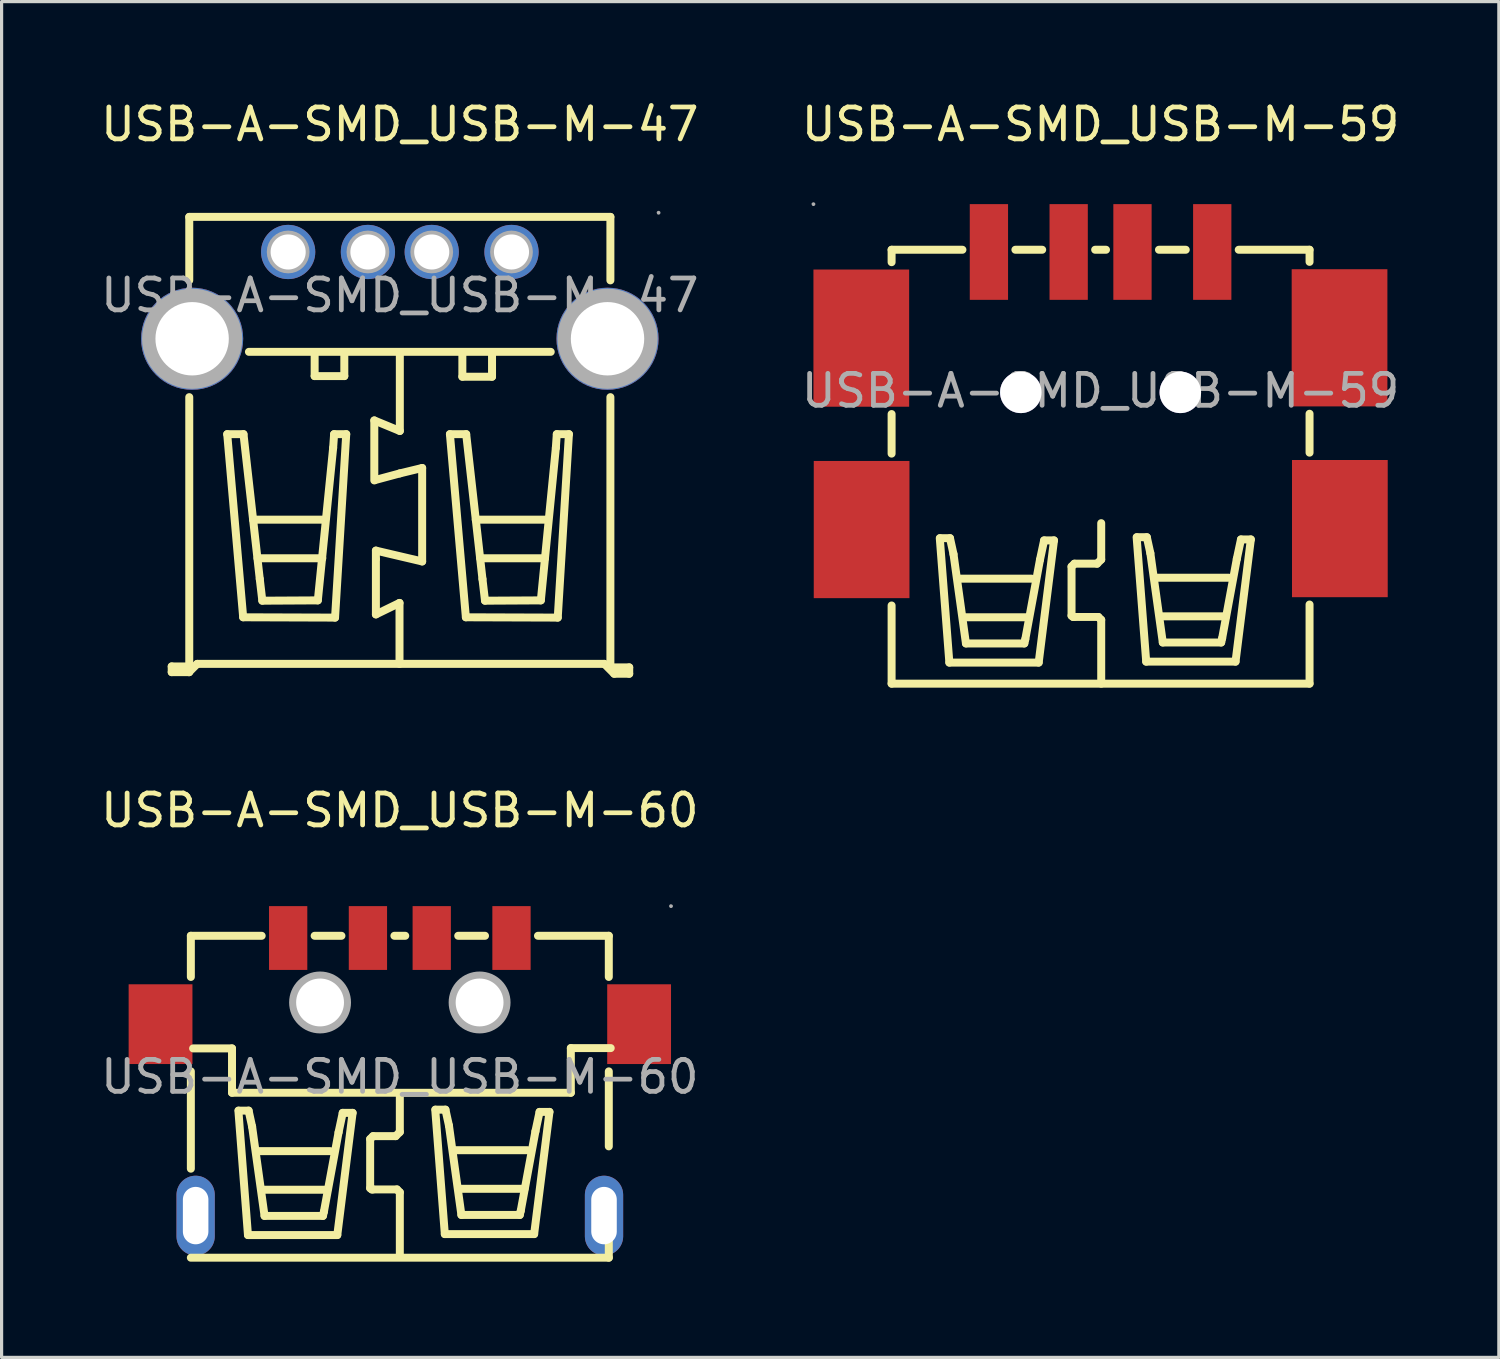
<source format=kicad_pcb>
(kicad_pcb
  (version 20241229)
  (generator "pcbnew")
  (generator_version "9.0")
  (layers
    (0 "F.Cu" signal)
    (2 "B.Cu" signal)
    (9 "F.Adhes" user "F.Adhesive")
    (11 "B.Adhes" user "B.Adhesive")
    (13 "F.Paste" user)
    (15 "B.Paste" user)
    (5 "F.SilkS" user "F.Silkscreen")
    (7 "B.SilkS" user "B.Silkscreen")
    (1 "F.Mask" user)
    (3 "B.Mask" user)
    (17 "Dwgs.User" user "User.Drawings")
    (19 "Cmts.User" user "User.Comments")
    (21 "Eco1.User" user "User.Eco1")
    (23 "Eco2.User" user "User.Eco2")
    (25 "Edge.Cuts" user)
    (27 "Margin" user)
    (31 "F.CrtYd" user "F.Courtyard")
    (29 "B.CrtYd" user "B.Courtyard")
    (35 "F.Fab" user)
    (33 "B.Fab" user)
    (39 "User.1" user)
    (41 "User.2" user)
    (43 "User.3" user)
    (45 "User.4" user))
  (footprint "USB-A-SMD_USB-M-59"
    (layer "F.Cu")
    (at 31.446 9.198)
    (property "Reference" "USB-A-SMD_USB-M-59" (at 0 -8.35 0) (layer "F.SilkS") (effects (font (size 1 1) (thickness 0.15))))
    (attr through_hole)
    (fp_line (start -6.55 -4.42) (end -6.55 -4.03) (stroke (width 0.25) (type solid)) (layer "F.SilkS"))
    (fp_line (start -6.55 0.73) (end -6.55 1.97) (stroke (width 0.25) (type solid)) (layer "F.SilkS"))
    (fp_line (start -6.55 6.73) (end -6.55 9.18) (stroke (width 0.25) (type solid)) (layer "F.SilkS"))
    (fp_line (start -6.55 9.18) (end 6.55 9.18) (stroke (width 0.25) (type solid)) (layer "F.SilkS"))
    (fp_line (start -5.04 4.62) (end -4.74 8.52) (stroke (width 0.25) (type solid)) (layer "F.SilkS"))
    (fp_line (start -4.74 8.52) (end -1.94 8.52) (stroke (width 0.25) (type solid)) (layer "F.SilkS"))
    (fp_line (start -4.72 4.62) (end -5.03 4.62) (stroke (width 0.25) (type solid)) (layer "F.SilkS"))
    (fp_line (start -4.61 5.12) (end -4.72 4.62) (stroke (width 0.25) (type solid)) (layer "F.SilkS"))
    (fp_line (start -4.42 5.89) (end -2.16 5.89) (stroke (width 0.25) (type solid)) (layer "F.SilkS"))
    (fp_line (start -4.33 -4.42) (end -6.55 -4.42) (stroke (width 0.25) (type solid)) (layer "F.SilkS"))
    (fp_line (start -4.28 7.1) (end -2.25 7.1) (stroke (width 0.25) (type solid)) (layer "F.SilkS"))
    (fp_line (start -4.22 7.92) (end -4.61 5.12) (stroke (width 0.25) (type solid)) (layer "F.SilkS"))
    (fp_line (start -2.39 7.92) (end -4.22 7.92) (stroke (width 0.25) (type solid)) (layer "F.SilkS"))
    (fp_line (start -2.36 7.79) (end -2.39 7.92) (stroke (width 0.25) (type solid)) (layer "F.SilkS"))
    (fp_line (start -1.94 8.52) (end -1.46 4.69) (stroke (width 0.25) (type solid)) (layer "F.SilkS"))
    (fp_line (start -1.9 5.3) (end -2.36 7.79) (stroke (width 0.25) (type solid)) (layer "F.SilkS"))
    (fp_line (start -1.83 -4.42) (end -2.67 -4.42) (stroke (width 0.25) (type solid)) (layer "F.SilkS"))
    (fp_line (start -1.77 4.69) (end -1.9 5.3) (stroke (width 0.25) (type solid)) (layer "F.SilkS"))
    (fp_line (start -1.46 4.69) (end -1.77 4.69) (stroke (width 0.25) (type solid)) (layer "F.SilkS"))
    (fp_line (start -0.91 5.51) (end -0.91 7.05) (stroke (width 0.25) (type solid)) (layer "F.SilkS"))
    (fp_line (start -0.91 7.05) (end -0.86 7.09) (stroke (width 0.25) (type solid)) (layer "F.SilkS"))
    (fp_line (start -0.86 7.09) (end -0.82 7.09) (stroke (width 0.25) (type solid)) (layer "F.SilkS"))
    (fp_line (start -0.82 5.42) (end -0.91 5.51) (stroke (width 0.25) (type solid)) (layer "F.SilkS"))
    (fp_line (start -0.82 7.09) (end -0.07 7.09) (stroke (width 0.25) (type solid)) (layer "F.SilkS"))
    (fp_line (start -0.11 5.42) (end -0.82 5.42) (stroke (width 0.25) (type solid)) (layer "F.SilkS"))
    (fp_line (start -0.07 7.09) (end 0.02 7.18) (stroke (width 0.25) (type solid)) (layer "F.SilkS"))
    (fp_line (start 0.02 4.15) (end 0.02 5.29) (stroke (width 0.25) (type solid)) (layer "F.SilkS"))
    (fp_line (start 0.02 5.29) (end -0.11 5.42) (stroke (width 0.25) (type solid)) (layer "F.SilkS"))
    (fp_line (start 0.02 7.18) (end 0.02 9.18) (stroke (width 0.25) (type solid)) (layer "F.SilkS"))
    (fp_line (start 0.17 -4.42) (end -0.17 -4.42) (stroke (width 0.25) (type solid)) (layer "F.SilkS"))
    (fp_line (start 1.13 4.59) (end 1.43 8.49) (stroke (width 0.25) (type solid)) (layer "F.SilkS"))
    (fp_line (start 1.43 8.49) (end 4.23 8.49) (stroke (width 0.25) (type solid)) (layer "F.SilkS"))
    (fp_line (start 1.45 4.59) (end 1.14 4.59) (stroke (width 0.25) (type solid)) (layer "F.SilkS"))
    (fp_line (start 1.56 5.09) (end 1.45 4.59) (stroke (width 0.25) (type solid)) (layer "F.SilkS"))
    (fp_line (start 1.76 5.86) (end 4.02 5.86) (stroke (width 0.25) (type solid)) (layer "F.SilkS"))
    (fp_line (start 1.9 7.07) (end 3.93 7.07) (stroke (width 0.25) (type solid)) (layer "F.SilkS"))
    (fp_line (start 1.95 7.89) (end 1.56 5.09) (stroke (width 0.25) (type solid)) (layer "F.SilkS"))
    (fp_line (start 2.67 -4.42) (end 1.83 -4.42) (stroke (width 0.25) (type solid)) (layer "F.SilkS"))
    (fp_line (start 3.78 7.89) (end 1.95 7.89) (stroke (width 0.25) (type solid)) (layer "F.SilkS"))
    (fp_line (start 3.81 7.76) (end 3.78 7.89) (stroke (width 0.25) (type solid)) (layer "F.SilkS"))
    (fp_line (start 4.23 8.49) (end 4.71 4.66) (stroke (width 0.25) (type solid)) (layer "F.SilkS"))
    (fp_line (start 4.27 5.27) (end 3.81 7.76) (stroke (width 0.25) (type solid)) (layer "F.SilkS"))
    (fp_line (start 4.4 4.66) (end 4.27 5.27) (stroke (width 0.25) (type solid)) (layer "F.SilkS"))
    (fp_line (start 4.71 4.66) (end 4.4 4.66) (stroke (width 0.25) (type solid)) (layer "F.SilkS"))
    (fp_line (start 6.55 -4.42) (end 4.33 -4.42) (stroke (width 0.25) (type solid)) (layer "F.SilkS"))
    (fp_line (start 6.55 -4.42) (end 6.55 -4.04) (stroke (width 0.25) (type solid)) (layer "F.SilkS"))
    (fp_line (start 6.55 0.72) (end 6.55 1.94) (stroke (width 0.25) (type solid)) (layer "F.SilkS"))
    (fp_line (start 6.55 6.7) (end 6.55 9.18) (stroke (width 0.25) (type solid)) (layer "F.SilkS"))
    (fp_circle (center -9 -5.85) (end -8.97 -5.85) (stroke (width 0.06) (type solid)) (fill no) (layer "F.Fab"))
    (fp_circle (center -2.5 0.05) (end -2.22 0.05) (stroke (width 0.55) (type solid)) (fill no) (layer "F.Fab"))
    (fp_circle (center 2.5 0.05) (end 2.78 0.05) (stroke (width 0.55) (type solid)) (fill no) (layer "F.Fab"))
    (fp_text user "${REFERENCE}" (at 0 0 0) (layer "F.Fab") (effects (font (size 1 1) (thickness 0.15))))
    (pad "" thru_hole circle (at -2.5 0.05) (size 1.3 1.3) (drill 1.3) (layers "*.Cu" "*.Mask"))
    (pad "" thru_hole circle (at 2.5 0.05) (size 1.3 1.3) (drill 1.3) (layers "*.Cu" "*.Mask"))
    (pad "1" smd rect (at -3.5 -4.35 90) (size 3 1.2) (layers "F.Cu" "F.Mask" "F.Paste"))
    (pad "2" smd rect (at -1 -4.35 90) (size 3 1.2) (layers "F.Cu" "F.Mask" "F.Paste"))
    (pad "3" smd rect (at 1 -4.35 90) (size 3 1.2) (layers "F.Cu" "F.Mask" "F.Paste"))
    (pad "4" smd rect (at 3.5 -4.35 90) (size 3 1.2) (layers "F.Cu" "F.Mask" "F.Paste"))
    (pad "5" smd rect (at 7.49 -1.66 180) (size 3 4.3) (layers "F.Cu" "F.Mask" "F.Paste"))
    (pad "6" smd rect (at 7.5 4.32 180) (size 3 4.3) (layers "F.Cu" "F.Mask" "F.Paste"))
    (pad "7" smd rect (at -7.49 4.35 180) (size 3 4.3) (layers "F.Cu" "F.Mask" "F.Paste"))
    (pad "8" smd rect (at -7.5 -1.65 180) (size 3 4.3) (layers "F.Cu" "F.Mask" "F.Paste")))
  (footprint "USB-A-SMD_USB-M-60"
    (layer "F.Cu")
    (at 9.482 30.701)
    (property "Reference" "USB-A-SMD_USB-M-60" (at 0 -8.35 0) (layer "F.SilkS") (effects (font (size 1 1) (thickness 0.15))))
    (attr through_hole)
    (fp_line (start -6.55 -4.42) (end -6.55 -3.13) (stroke (width 0.25) (type solid)) (layer "F.SilkS"))
    (fp_line (start -6.55 -4.42) (end -4.33 -4.42) (stroke (width 0.25) (type solid)) (layer "F.SilkS"))
    (fp_line (start -6.55 -0.17) (end -6.55 2.88) (stroke (width 0.25) (type solid)) (layer "F.SilkS"))
    (fp_line (start -6.55 5.67) (end 6.55 5.67) (stroke (width 0.25) (type solid)) (layer "F.SilkS"))
    (fp_line (start -6.48 -0.89) (end -5.26 -0.89) (stroke (width 0.25) (type solid)) (layer "F.SilkS"))
    (fp_line (start -5.26 -0.89) (end -5.26 0.5) (stroke (width 0.25) (type solid)) (layer "F.SilkS"))
    (fp_line (start -5.26 0.5) (end 5.36 0.5) (stroke (width 0.25) (type solid)) (layer "F.SilkS"))
    (fp_line (start -5.06 1.06) (end -4.76 4.96) (stroke (width 0.25) (type solid)) (layer "F.SilkS"))
    (fp_line (start -4.76 4.96) (end -1.96 4.96) (stroke (width 0.25) (type solid)) (layer "F.SilkS"))
    (fp_line (start -4.74 1.06) (end -5.05 1.06) (stroke (width 0.25) (type solid)) (layer "F.SilkS"))
    (fp_line (start -4.63 1.56) (end -4.74 1.06) (stroke (width 0.25) (type solid)) (layer "F.SilkS"))
    (fp_line (start -4.44 2.33) (end -2.18 2.33) (stroke (width 0.25) (type solid)) (layer "F.SilkS"))
    (fp_line (start -4.3 3.54) (end -2.27 3.54) (stroke (width 0.25) (type solid)) (layer "F.SilkS"))
    (fp_line (start -4.24 4.36) (end -4.63 1.56) (stroke (width 0.25) (type solid)) (layer "F.SilkS"))
    (fp_line (start -2.67 -4.42) (end -1.83 -4.42) (stroke (width 0.25) (type solid)) (layer "F.SilkS"))
    (fp_line (start -2.41 4.36) (end -4.24 4.36) (stroke (width 0.25) (type solid)) (layer "F.SilkS"))
    (fp_line (start -2.38 4.23) (end -2.41 4.36) (stroke (width 0.25) (type solid)) (layer "F.SilkS"))
    (fp_line (start -1.96 4.96) (end -1.48 1.13) (stroke (width 0.25) (type solid)) (layer "F.SilkS"))
    (fp_line (start -1.92 1.74) (end -2.38 4.23) (stroke (width 0.25) (type solid)) (layer "F.SilkS"))
    (fp_line (start -1.79 1.13) (end -1.92 1.74) (stroke (width 0.25) (type solid)) (layer "F.SilkS"))
    (fp_line (start -1.48 1.13) (end -1.79 1.13) (stroke (width 0.25) (type solid)) (layer "F.SilkS"))
    (fp_line (start -0.93 1.95) (end -0.93 3.49) (stroke (width 0.25) (type solid)) (layer "F.SilkS"))
    (fp_line (start -0.93 3.49) (end -0.88 3.53) (stroke (width 0.25) (type solid)) (layer "F.SilkS"))
    (fp_line (start -0.88 3.53) (end -0.84 3.53) (stroke (width 0.25) (type solid)) (layer "F.SilkS"))
    (fp_line (start -0.84 1.86) (end -0.93 1.95) (stroke (width 0.25) (type solid)) (layer "F.SilkS"))
    (fp_line (start -0.84 3.53) (end -0.09 3.53) (stroke (width 0.25) (type solid)) (layer "F.SilkS"))
    (fp_line (start -0.17 -4.42) (end 0.17 -4.42) (stroke (width 0.25) (type solid)) (layer "F.SilkS"))
    (fp_line (start -0.13 1.86) (end -0.84 1.86) (stroke (width 0.25) (type solid)) (layer "F.SilkS"))
    (fp_line (start -0.09 3.53) (end 0 3.62) (stroke (width 0.25) (type solid)) (layer "F.SilkS"))
    (fp_line (start 0 0.59) (end 0 1.73) (stroke (width 0.25) (type solid)) (layer "F.SilkS"))
    (fp_line (start 0 1.73) (end -0.13 1.86) (stroke (width 0.25) (type solid)) (layer "F.SilkS"))
    (fp_line (start 0 3.62) (end 0 5.62) (stroke (width 0.25) (type solid)) (layer "F.SilkS"))
    (fp_line (start 1.11 1.03) (end 1.41 4.93) (stroke (width 0.25) (type solid)) (layer "F.SilkS"))
    (fp_line (start 1.41 4.93) (end 4.21 4.93) (stroke (width 0.25) (type solid)) (layer "F.SilkS"))
    (fp_line (start 1.43 1.03) (end 1.12 1.03) (stroke (width 0.25) (type solid)) (layer "F.SilkS"))
    (fp_line (start 1.54 1.53) (end 1.43 1.03) (stroke (width 0.25) (type solid)) (layer "F.SilkS"))
    (fp_line (start 1.74 2.3) (end 4 2.3) (stroke (width 0.25) (type solid)) (layer "F.SilkS"))
    (fp_line (start 1.83 -4.42) (end 2.67 -4.42) (stroke (width 0.25) (type solid)) (layer "F.SilkS"))
    (fp_line (start 1.88 3.51) (end 3.91 3.51) (stroke (width 0.25) (type solid)) (layer "F.SilkS"))
    (fp_line (start 1.93 4.33) (end 1.54 1.53) (stroke (width 0.25) (type solid)) (layer "F.SilkS"))
    (fp_line (start 3.76 4.33) (end 1.93 4.33) (stroke (width 0.25) (type solid)) (layer "F.SilkS"))
    (fp_line (start 3.79 4.2) (end 3.76 4.33) (stroke (width 0.25) (type solid)) (layer "F.SilkS"))
    (fp_line (start 4.21 4.93) (end 4.69 1.1) (stroke (width 0.25) (type solid)) (layer "F.SilkS"))
    (fp_line (start 4.25 1.71) (end 3.79 4.2) (stroke (width 0.25) (type solid)) (layer "F.SilkS"))
    (fp_line (start 4.33 -4.42) (end 6.55 -4.42) (stroke (width 0.25) (type solid)) (layer "F.SilkS"))
    (fp_line (start 4.38 1.1) (end 4.25 1.71) (stroke (width 0.25) (type solid)) (layer "F.SilkS"))
    (fp_line (start 4.69 1.1) (end 4.38 1.1) (stroke (width 0.25) (type solid)) (layer "F.SilkS"))
    (fp_line (start 5.36 -0.9) (end 6.61 -0.9) (stroke (width 0.25) (type solid)) (layer "F.SilkS"))
    (fp_line (start 5.36 0.5) (end 5.36 -0.9) (stroke (width 0.25) (type solid)) (layer "F.SilkS"))
    (fp_line (start 6.55 -4.42) (end 6.55 -3.13) (stroke (width 0.25) (type solid)) (layer "F.SilkS"))
    (fp_line (start 6.55 -0.17) (end 6.55 2.18) (stroke (width 0.25) (type solid)) (layer "F.SilkS"))
    (fp_line (start 6.55 5.12) (end 6.55 5.67) (stroke (width 0.25) (type solid)) (layer "F.SilkS"))
    (fp_circle (center -2.5 -2.33) (end -2.18 -2.33) (stroke (width 0.65) (type solid)) (fill no) (layer "F.Fab"))
    (fp_circle (center 2.5 -2.33) (end 2.82 -2.33) (stroke (width 0.65) (type solid)) (fill no) (layer "F.Fab"))
    (fp_circle (center 8.5 -5.35) (end 8.53 -5.35) (stroke (width 0.06) (type solid)) (fill no) (layer "F.Fab"))
    (fp_text user "${REFERENCE}" (at 0 0 0) (layer "F.Fab") (effects (font (size 1 1) (thickness 0.15))))
    (pad "" thru_hole circle (at -2.5 -2.33) (size 1.5 1.5) (drill 1.5) (layers "*.Cu" "*.Mask"))
    (pad "" thru_hole circle (at 2.5 -2.33) (size 1.5 1.5) (drill 1.5) (layers "*.Cu" "*.Mask"))
    (pad "1" smd rect (at 3.5 -4.35 90) (size 2 1.2) (layers "F.Cu" "F.Mask" "F.Paste"))
    (pad "2" smd rect (at 1 -4.35 90) (size 2 1.2) (layers "F.Cu" "F.Mask" "F.Paste"))
    (pad "3" smd rect (at -1 -4.35 90) (size 2 1.2) (layers "F.Cu" "F.Mask" "F.Paste"))
    (pad "4" smd rect (at -3.5 -4.35 90) (size 2 1.2) (layers "F.Cu" "F.Mask" "F.Paste"))
    (pad "5" smd rect (at 7.5 -1.65 180) (size 2 2.5) (layers "F.Cu" "F.Mask" "F.Paste"))
    (pad "6" smd rect (at -7.5 -1.65 180) (size 2 2.5) (layers "F.Cu" "F.Mask" "F.Paste"))
    (pad "7" thru_hole oval (at 6.4 4.35 180) (size 1.2 2.5) (drill oval 0.8 1.8) (layers "*.Cu" "*.Paste" "*.Mask"))
    (pad "8" thru_hole oval (at -6.4 4.35 180) (size 1.2 2.5) (drill oval 0.8 1.8) (layers "*.Cu" "*.Paste" "*.Mask")))
  (footprint "USB-A-SMD_USB-M-47"
    (layer "F.Cu")
    (at 9.482 6.208)
    (property "Reference" "USB-A-SMD_USB-M-47" (at 0 -5.36 0) (layer "F.SilkS") (effects (font (size 1 1) (thickness 0.15))))
    (attr through_hole)
    (fp_line (start -7.15 11.63) (end -7.15 11.81) (stroke (width 0.25) (type solid)) (layer "F.SilkS"))
    (fp_line (start -7.15 11.81) (end -6.61 11.81) (stroke (width 0.25) (type solid)) (layer "F.SilkS"))
    (fp_line (start -6.63 11.63) (end -7.15 11.63) (stroke (width 0.25) (type solid)) (layer "F.SilkS"))
    (fp_line (start -6.61 11.81) (end -6.35 11.55) (stroke (width 0.25) (type solid)) (layer "F.SilkS"))
    (fp_line (start -6.6 -2.46) (end -6.6 -0.47) (stroke (width 0.25) (type solid)) (layer "F.SilkS"))
    (fp_line (start -6.6 -2.46) (end 6.6 -2.46) (stroke (width 0.25) (type solid)) (layer "F.SilkS"))
    (fp_line (start -6.6 3.19) (end -6.6 11.81) (stroke (width 0.25) (type solid)) (layer "F.SilkS"))
    (fp_line (start -6.35 11.55) (end 6.41 11.55) (stroke (width 0.25) (type solid)) (layer "F.SilkS"))
    (fp_line (start -5.41 4.35) (end -4.9 4.35) (stroke (width 0.25) (type solid)) (layer "F.SilkS"))
    (fp_line (start -4.91 10.09) (end -5.41 4.35) (stroke (width 0.25) (type solid)) (layer "F.SilkS"))
    (fp_line (start -4.9 4.35) (end -4.39 8.89) (stroke (width 0.25) (type solid)) (layer "F.SilkS"))
    (fp_line (start -4.73 1.77) (end 4.73 1.77) (stroke (width 0.25) (type solid)) (layer "F.SilkS"))
    (fp_line (start -4.6 7.03) (end -2.34 7.03) (stroke (width 0.25) (type solid)) (layer "F.SilkS"))
    (fp_line (start -4.46 8.24) (end -2.43 8.24) (stroke (width 0.25) (type solid)) (layer "F.SilkS"))
    (fp_line (start -4.39 8.89) (end -4.31 9.57) (stroke (width 0.25) (type solid)) (layer "F.SilkS"))
    (fp_line (start -4.31 9.57) (end -2.57 9.56) (stroke (width 0.25) (type solid)) (layer "F.SilkS"))
    (fp_line (start -2.67 1.85) (end -2.67 2.53) (stroke (width 0.25) (type solid)) (layer "F.SilkS"))
    (fp_line (start -2.67 2.53) (end -1.74 2.53) (stroke (width 0.25) (type solid)) (layer "F.SilkS"))
    (fp_line (start -2.57 9.56) (end -2.09 4.78) (stroke (width 0.25) (type solid)) (layer "F.SilkS"))
    (fp_line (start -2.09 4.78) (end -2.06 4.35) (stroke (width 0.25) (type solid)) (layer "F.SilkS"))
    (fp_line (start -2.06 4.35) (end -1.68 4.35) (stroke (width 0.25) (type solid)) (layer "F.SilkS"))
    (fp_line (start -2.03 10.1) (end -4.91 10.09) (stroke (width 0.25) (type solid)) (layer "F.SilkS"))
    (fp_line (start -1.74 2.53) (end -1.74 1.86) (stroke (width 0.25) (type solid)) (layer "F.SilkS"))
    (fp_line (start -1.68 4.35) (end -2.03 10.1) (stroke (width 0.25) (type solid)) (layer "F.SilkS"))
    (fp_line (start -0.8 3.92) (end 0 4.25) (stroke (width 0.25) (type solid)) (layer "F.SilkS"))
    (fp_line (start -0.8 5.8) (end -0.8 3.92) (stroke (width 0.25) (type solid)) (layer "F.SilkS"))
    (fp_line (start -0.78 5.79) (end 0 5.58) (stroke (width 0.25) (type solid)) (layer "F.SilkS"))
    (fp_line (start -0.75 8) (end -0.75 8.26) (stroke (width 0.25) (type solid)) (layer "F.SilkS"))
    (fp_line (start -0.75 8.28) (end -0.75 10) (stroke (width 0.25) (type solid)) (layer "F.SilkS"))
    (fp_line (start -0.75 10) (end -0.01 9.64) (stroke (width 0.25) (type solid)) (layer "F.SilkS"))
    (fp_line (start -0.01 9.64) (end -0.01 11.55) (stroke (width 0.25) (type solid)) (layer "F.SilkS"))
    (fp_line (start 0 4.25) (end 0 1.8) (stroke (width 0.25) (type solid)) (layer "F.SilkS"))
    (fp_line (start 0 5.58) (end 0.7 5.41) (stroke (width 0.25) (type solid)) (layer "F.SilkS"))
    (fp_line (start 0.7 5.41) (end 0.7 8.34) (stroke (width 0.25) (type solid)) (layer "F.SilkS"))
    (fp_line (start 0.7 8.34) (end -0.75 8) (stroke (width 0.25) (type solid)) (layer "F.SilkS"))
    (fp_line (start 1.57 4.35) (end 2.08 4.35) (stroke (width 0.25) (type solid)) (layer "F.SilkS"))
    (fp_line (start 1.96 1.87) (end 1.96 2.55) (stroke (width 0.25) (type solid)) (layer "F.SilkS"))
    (fp_line (start 1.96 2.55) (end 2.89 2.55) (stroke (width 0.25) (type solid)) (layer "F.SilkS"))
    (fp_line (start 2.07 10.09) (end 1.57 4.35) (stroke (width 0.25) (type solid)) (layer "F.SilkS"))
    (fp_line (start 2.08 4.35) (end 2.59 8.89) (stroke (width 0.25) (type solid)) (layer "F.SilkS"))
    (fp_line (start 2.38 7.03) (end 4.64 7.03) (stroke (width 0.25) (type solid)) (layer "F.SilkS"))
    (fp_line (start 2.52 8.24) (end 4.55 8.24) (stroke (width 0.25) (type solid)) (layer "F.SilkS"))
    (fp_line (start 2.59 8.89) (end 2.67 9.57) (stroke (width 0.25) (type solid)) (layer "F.SilkS"))
    (fp_line (start 2.67 9.57) (end 4.42 9.56) (stroke (width 0.25) (type solid)) (layer "F.SilkS"))
    (fp_line (start 2.89 2.55) (end 2.89 1.88) (stroke (width 0.25) (type solid)) (layer "F.SilkS"))
    (fp_line (start 4.42 9.56) (end 4.89 4.78) (stroke (width 0.25) (type solid)) (layer "F.SilkS"))
    (fp_line (start 4.89 4.78) (end 4.92 4.35) (stroke (width 0.25) (type solid)) (layer "F.SilkS"))
    (fp_line (start 4.92 4.35) (end 5.3 4.35) (stroke (width 0.25) (type solid)) (layer "F.SilkS"))
    (fp_line (start 4.95 10.1) (end 2.07 10.09) (stroke (width 0.25) (type solid)) (layer "F.SilkS"))
    (fp_line (start 5.3 4.35) (end 4.95 10.1) (stroke (width 0.25) (type solid)) (layer "F.SilkS"))
    (fp_line (start 6.41 11.55) (end 6.72 11.86) (stroke (width 0.25) (type solid)) (layer "F.SilkS"))
    (fp_line (start 6.6 -2.46) (end 6.6 -0.47) (stroke (width 0.25) (type solid)) (layer "F.SilkS"))
    (fp_line (start 6.6 3.19) (end 6.6 11.55) (stroke (width 0.25) (type solid)) (layer "F.SilkS"))
    (fp_line (start 6.72 11.86) (end 7.19 11.86) (stroke (width 0.25) (type solid)) (layer "F.SilkS"))
    (fp_line (start 7.19 11.66) (end 6.56 11.66) (stroke (width 0.25) (type solid)) (layer "F.SilkS"))
    (fp_line (start 7.19 11.86) (end 7.19 11.66) (stroke (width 0.25) (type solid)) (layer "F.SilkS"))
    (fp_circle (center -6.51 1.36) (end -5.99 1.36) (stroke (width 1.05) (type solid)) (fill no) (layer "F.Fab"))
    (fp_circle (center -3.5 -1.36) (end -3.28 -1.36) (stroke (width 0.45) (type solid)) (fill no) (layer "F.Fab"))
    (fp_circle (center -1 -1.36) (end -0.78 -1.36) (stroke (width 0.45) (type solid)) (fill no) (layer "F.Fab"))
    (fp_circle (center 1 -1.36) (end 1.22 -1.36) (stroke (width 0.45) (type solid)) (fill no) (layer "F.Fab"))
    (fp_circle (center 3.5 -1.36) (end 3.72 -1.36) (stroke (width 0.45) (type solid)) (fill no) (layer "F.Fab"))
    (fp_circle (center 6.51 1.36) (end 7.03 1.36) (stroke (width 1.05) (type solid)) (fill no) (layer "F.Fab"))
    (fp_circle (center 8.11 -2.59) (end 8.14 -2.59) (stroke (width 0.06) (type solid)) (fill no) (layer "F.Fab"))
    (fp_text user "${REFERENCE}" (at 0 0 0) (layer "F.Fab") (effects (font (size 1 1) (thickness 0.15))))
    (pad "0" thru_hole circle (at -6.51 1.36 90) (size 3.2 3.2) (drill 2.3) (layers "*.Cu" "*.Paste" "*.Mask"))
    (pad "0" thru_hole circle (at 6.51 1.36 90) (size 3.2 3.2) (drill 2.3) (layers "*.Cu" "*.Paste" "*.Mask"))
    (pad "1" thru_hole circle (at 3.5 -1.36 270) (size 1.7 1.7) (drill 1.1) (layers "*.Cu" "*.Paste" "*.Mask"))
    (pad "2" thru_hole circle (at 1 -1.36 270) (size 1.7 1.7) (drill 1.1) (layers "*.Cu" "*.Paste" "*.Mask"))
    (pad "3" thru_hole circle (at -1 -1.36 270) (size 1.7 1.7) (drill 1.1) (layers "*.Cu" "*.Paste" "*.Mask"))
    (pad "4" thru_hole circle (at -3.5 -1.36 270) (size 1.7 1.7) (drill 1.1) (layers "*.Cu" "*.Paste" "*.Mask")))
  (gr_rect
    (start -3 -3)
    (end 43.929 39.496)
    (stroke (width 0.1) (type default))
    (fill no)
    (layer "Edge.Cuts")))
</source>
